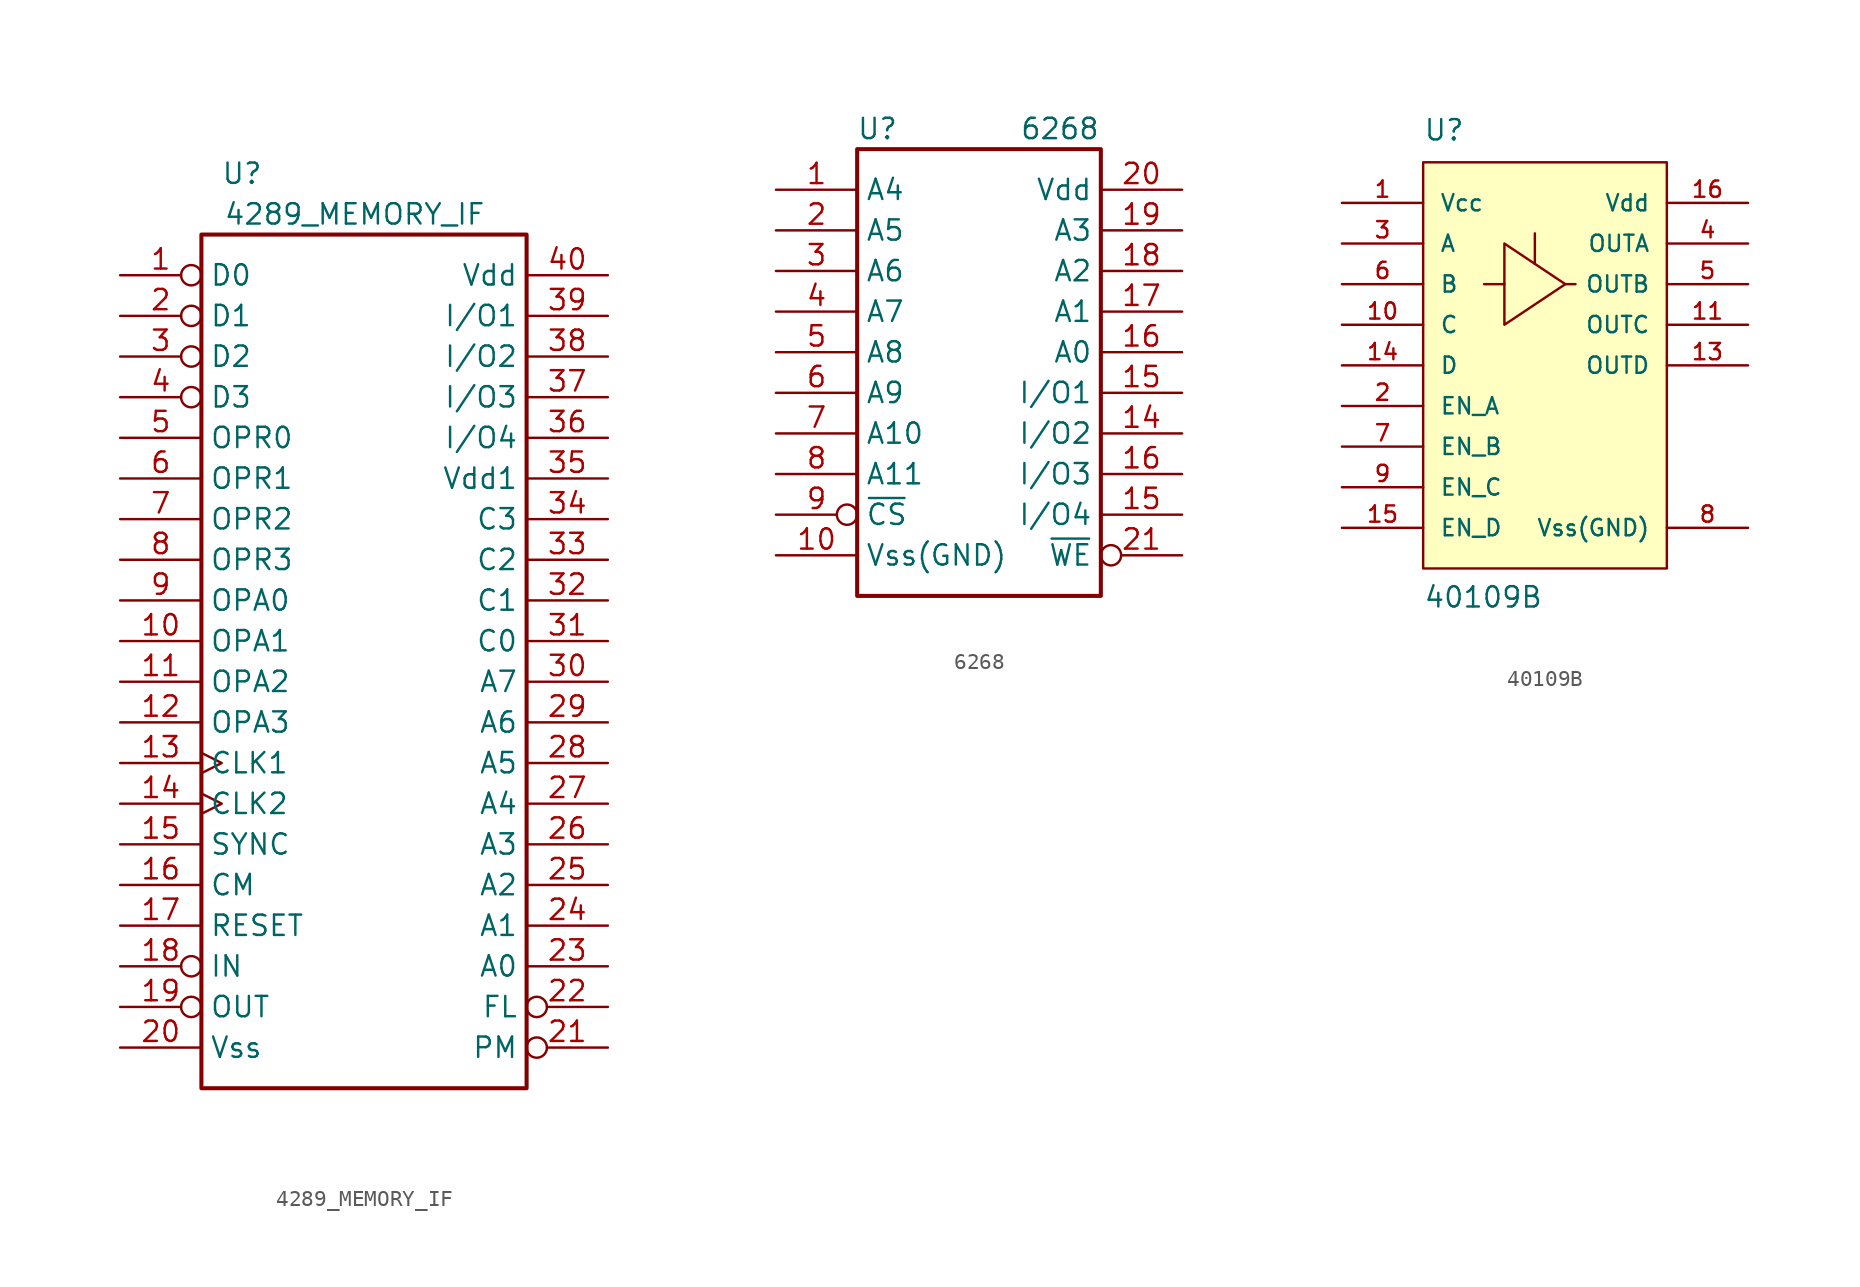
<source format=kicad_sym>
(kicad_symbol_lib
  (version 20241209)
  (generator "kicad_symbol_editor")
  (generator_version "9.0")
  (symbol "4289_MEMORY_IF"
    (property "Reference" "U"
      (at -7.62 30.48 0)
      (effects (font (size 1.27 1.27))))
    (property "Value" "4289_MEMORY_IF"
      (at 7.62 27.94 0)
      (effects (font (size 1.27 1.27)) (justify right)))
    (symbol "4289_MEMORY_IF_1_1"
      (rectangle (start -10.16 26.67) (end 10.16 -26.67) (stroke (width 0.254) (type default)) (fill (type none)))
      (pin bidirectional inverted (at -15.24 24.13 0) (length 5.08) (name "D0" (effects (font (size 1.27 1.27)))) (number "1" (effects (font (size 1.27 1.27)))))
      (pin bidirectional inverted (at -15.24 21.59 0) (length 5.08) (name "D1" (effects (font (size 1.27 1.27)))) (number "2" (effects (font (size 1.27 1.27)))))
      (pin bidirectional inverted (at -15.24 19.05 0) (length 5.08) (name "D2" (effects (font (size 1.27 1.27)))) (number "3" (effects (font (size 1.27 1.27)))))
      (pin bidirectional inverted (at -15.24 16.51 0) (length 5.08) (name "D3" (effects (font (size 1.27 1.27)))) (number "4" (effects (font (size 1.27 1.27)))))
      (pin input line (at -15.24 13.97 0) (length 5.08) (name "OPR0" (effects (font (size 1.27 1.27)))) (number "5" (effects (font (size 1.27 1.27)))))
      (pin input line (at -15.24 11.43 0) (length 5.08) (name "OPR1" (effects (font (size 1.27 1.27)))) (number "6" (effects (font (size 1.27 1.27)))))
      (pin input line (at -15.24 8.89 0) (length 5.08) (name "OPR2" (effects (font (size 1.27 1.27)))) (number "7" (effects (font (size 1.27 1.27)))))
      (pin input line (at -15.24 6.35 0) (length 5.08) (name "OPR3" (effects (font (size 1.27 1.27)))) (number "8" (effects (font (size 1.27 1.27)))))
      (pin input line (at -15.24 3.81 0) (length 5.08) (name "OPA0" (effects (font (size 1.27 1.27)))) (number "9" (effects (font (size 1.27 1.27)))))
      (pin input line (at -15.24 1.27 0) (length 5.08) (name "OPA1" (effects (font (size 1.27 1.27)))) (number "10" (effects (font (size 1.27 1.27)))))
      (pin input line (at -15.24 -1.27 0) (length 5.08) (name "OPA2" (effects (font (size 1.27 1.27)))) (number "11" (effects (font (size 1.27 1.27)))))
      (pin input line (at -15.24 -3.81 0) (length 5.08) (name "OPA3" (effects (font (size 1.27 1.27)))) (number "12" (effects (font (size 1.27 1.27)))))
      (pin input clock (at -15.24 -6.35 0) (length 5.08) (name "CLK1" (effects (font (size 1.27 1.27)))) (number "13" (effects (font (size 1.27 1.27)))))
      (pin input clock (at -15.24 -8.89 0) (length 5.08) (name "CLK2" (effects (font (size 1.27 1.27)))) (number "14" (effects (font (size 1.27 1.27)))))
      (pin input line (at -15.24 -11.43 0) (length 5.08) (name "SYNC" (effects (font (size 1.27 1.27)))) (number "15" (effects (font (size 1.27 1.27)))))
      (pin input line (at -15.24 -13.97 0) (length 5.08) (name "CM" (effects (font (size 1.27 1.27)))) (number "16" (effects (font (size 1.27 1.27)))))
      (pin input line (at -15.24 -16.51 0) (length 5.08) (name "RESET" (effects (font (size 1.27 1.27)))) (number "17" (effects (font (size 1.27 1.27)))))
      (pin output inverted (at -15.24 -19.05 0) (length 5.08) (name "IN" (effects (font (size 1.27 1.27)))) (number "18" (effects (font (size 1.27 1.27)))))
      (pin output inverted (at -15.24 -21.59 0) (length 5.08) (name "OUT" (effects (font (size 1.27 1.27)))) (number "19" (effects (font (size 1.27 1.27)))))
      (pin power_in line (at -15.24 -24.13 0) (length 5.08) (name "Vss" (effects (font (size 1.27 1.27)))) (number "20" (effects (font (size 1.27 1.27)))))
      (pin power_in line (at 15.24 24.13 180) (length 5.08) (name "Vdd" (effects (font (size 1.27 1.27)))) (number "40" (effects (font (size 1.27 1.27)))))
      (pin bidirectional line (at 15.24 21.59 180) (length 5.08) (name "I/O1" (effects (font (size 1.27 1.27)))) (number "39" (effects (font (size 1.27 1.27)))))
      (pin bidirectional line (at 15.24 19.05 180) (length 5.08) (name "I/O2" (effects (font (size 1.27 1.27)))) (number "38" (effects (font (size 1.27 1.27)))))
      (pin bidirectional line (at 15.24 16.51 180) (length 5.08) (name "I/O3" (effects (font (size 1.27 1.27)))) (number "37" (effects (font (size 1.27 1.27)))))
      (pin bidirectional line (at 15.24 13.97 180) (length 5.08) (name "I/O4" (effects (font (size 1.27 1.27)))) (number "36" (effects (font (size 1.27 1.27)))))
      (pin power_in line (at 15.24 11.43 180) (length 5.08) (name "Vdd1" (effects (font (size 1.27 1.27)))) (number "35" (effects (font (size 1.27 1.27)))))
      (pin output line (at 15.24 8.89 180) (length 5.08) (name "C3" (effects (font (size 1.27 1.27)))) (number "34" (effects (font (size 1.27 1.27)))))
      (pin output line (at 15.24 6.35 180) (length 5.08) (name "C2" (effects (font (size 1.27 1.27)))) (number "33" (effects (font (size 1.27 1.27)))))
      (pin output line (at 15.24 3.81 180) (length 5.08) (name "C1" (effects (font (size 1.27 1.27)))) (number "32" (effects (font (size 1.27 1.27)))))
      (pin output line (at 15.24 1.27 180) (length 5.08) (name "C0" (effects (font (size 1.27 1.27)))) (number "31" (effects (font (size 1.27 1.27)))))
      (pin output line (at 15.24 -1.27 180) (length 5.08) (name "A7" (effects (font (size 1.27 1.27)))) (number "30" (effects (font (size 1.27 1.27)))))
      (pin output line (at 15.24 -3.81 180) (length 5.08) (name "A6" (effects (font (size 1.27 1.27)))) (number "29" (effects (font (size 1.27 1.27)))))
      (pin output line (at 15.24 -6.35 180) (length 5.08) (name "A5" (effects (font (size 1.27 1.27)))) (number "28" (effects (font (size 1.27 1.27)))))
      (pin output line (at 15.24 -8.89 180) (length 5.08) (name "A4" (effects (font (size 1.27 1.27)))) (number "27" (effects (font (size 1.27 1.27)))))
      (pin output line (at 15.24 -11.43 180) (length 5.08) (name "A3" (effects (font (size 1.27 1.27)))) (number "26" (effects (font (size 1.27 1.27)))))
      (pin output line (at 15.24 -13.97 180) (length 5.08) (name "A2" (effects (font (size 1.27 1.27)))) (number "25" (effects (font (size 1.27 1.27)))))
      (pin output line (at 15.24 -16.51 180) (length 5.08) (name "A1" (effects (font (size 1.27 1.27)))) (number "24" (effects (font (size 1.27 1.27)))))
      (pin output line (at 15.24 -19.05 180) (length 5.08) (name "A0" (effects (font (size 1.27 1.27)))) (number "23" (effects (font (size 1.27 1.27)))))
      (pin output inverted (at 15.24 -21.59 180) (length 5.08) (name "FL" (effects (font (size 1.27 1.27)))) (number "22" (effects (font (size 1.27 1.27)))))
      (pin output inverted (at 15.24 -24.13 180) (length 5.08) (name "PM" (effects (font (size 1.27 1.27)))) (number "21" (effects (font (size 1.27 1.27)))))))
  (symbol "6268"
    (property "Reference" "U"
      (at -6.35 13.97 0)
      (effects (font (size 1.27 1.27))))
    (property "Value" "6268"
      (at 2.54 13.97 0)
      (effects (font (size 1.27 1.27)) (justify left)))
    (symbol "6268_1_1"
      (rectangle (start -7.62 12.7) (end 7.62 -15.24) (stroke (width 0.254) (type default)) (fill (type none)))
      (pin input line (at -12.7 10.16 0) (length 5.08) (name "A4" (effects (font (size 1.27 1.27)))) (number "1" (effects (font (size 1.27 1.27)))))
      (pin input line (at -12.7 7.62 0) (length 5.08) (name "A5" (effects (font (size 1.27 1.27)))) (number "2" (effects (font (size 1.27 1.27)))))
      (pin input line (at -12.7 5.08 0) (length 5.08) (name "A6" (effects (font (size 1.27 1.27)))) (number "3" (effects (font (size 1.27 1.27)))))
      (pin input line (at -12.7 2.54 0) (length 5.08) (name "A7" (effects (font (size 1.27 1.27)))) (number "4" (effects (font (size 1.27 1.27)))))
      (pin input line (at -12.7 0 0) (length 5.08) (name "A8" (effects (font (size 1.27 1.27)))) (number "5" (effects (font (size 1.27 1.27)))))
      (pin input line (at -12.7 -2.54 0) (length 5.08) (name "A9" (effects (font (size 1.27 1.27)))) (number "6" (effects (font (size 1.27 1.27)))))
      (pin input line (at -12.7 -5.08 0) (length 5.08) (name "A10" (effects (font (size 1.27 1.27)))) (number "7" (effects (font (size 1.27 1.27)))))
      (pin input line (at -12.7 -7.62 0) (length 5.08) (name "A11" (effects (font (size 1.27 1.27)))) (number "8" (effects (font (size 1.27 1.27)))))
      (pin input inverted (at -12.7 -10.16 0) (length 5.08) (name "~{CS}" (effects (font (size 1.27 1.27)))) (number "9" (effects (font (size 1.27 1.27)))))
      (pin power_in line (at -12.7 -12.7 0) (length 5.08) (name "Vss(GND)" (effects (font (size 1.27 1.27)))) (number "10" (effects (font (size 1.27 1.27)))))
      (pin power_in line (at 12.7 10.16 180) (length 5.08) (name "Vdd" (effects (font (size 1.27 1.27)))) (number "20" (effects (font (size 1.27 1.27)))))
      (pin input line (at 12.7 7.62 180) (length 5.08) (name "A3" (effects (font (size 1.27 1.27)))) (number "19" (effects (font (size 1.27 1.27)))))
      (pin input line (at 12.7 5.08 180) (length 5.08) (name "A2" (effects (font (size 1.27 1.27)))) (number "18" (effects (font (size 1.27 1.27)))))
      (pin input line (at 12.7 2.54 180) (length 5.08) (name "A1" (effects (font (size 1.27 1.27)))) (number "17" (effects (font (size 1.27 1.27)))))
      (pin input line (at 12.7 0 180) (length 5.08) (name "A0" (effects (font (size 1.27 1.27)))) (number "16" (effects (font (size 1.27 1.27)))))
      (pin tri_state line (at 12.7 -2.54 180) (length 5.08) (name "I/O1" (effects (font (size 1.27 1.27)))) (number "15" (effects (font (size 1.27 1.27)))))
      (pin tri_state line (at 12.7 -5.08 180) (length 5.08) (name "I/O2" (effects (font (size 1.27 1.27)))) (number "14" (effects (font (size 1.27 1.27)))))
      (pin tri_state line (at 12.7 -7.62 180) (length 5.08) (name "I/O3" (effects (font (size 1.27 1.27)))) (number "16" (effects (font (size 1.27 1.27)))))
      (pin tri_state line (at 12.7 -10.16 180) (length 5.08) (name "I/O4" (effects (font (size 1.27 1.27)))) (number "15" (effects (font (size 1.27 1.27)))))
      (pin input inverted (at 12.7 -12.7 180) (length 5.08) (name "~{WE}" (effects (font (size 1.27 1.27)))) (number "21" (effects (font (size 1.27 1.27)))))))
  (symbol "40109B"
    (pin_names
      (offset 1.016))
    (property "Reference" "U"
      (at -7.62 13.97 0)
      (effects (font (size 1.27 1.27)) (justify left bottom)))
    (property "Value" "40109B"
      (at -7.62 -15.24 0)
      (effects (font (size 1.27 1.27)) (justify left bottom)))
    (symbol "40109B_0_0"
      (pin input line (at -12.7 -2.54 0) (length 5.08) (name "EN_A" (effects (font (size 1.016 1.016)))) (number "2" (effects (font (size 1.016 1.016)))))
      (pin input line (at -12.7 -5.08 0) (length 5.08) (name "EN_B" (effects (font (size 1.016 1.016)))) (number "7" (effects (font (size 1.016 1.016)))))
      (pin input line (at -12.7 -7.62 0) (length 5.08) (name "EN_C" (effects (font (size 1.016 1.016)))) (number "9" (effects (font (size 1.016 1.016)))))
      (pin input line (at -12.7 -10.16 0) (length 5.08) (name "EN_D" (effects (font (size 1.016 1.016)))) (number "15" (effects (font (size 1.016 1.016))))))
    (symbol "40109B_0_1"
      (polyline (pts (xy -2.54 7.62) (xy -2.54 2.54) (xy 1.27 5.08) (xy -2.54 7.62)) (stroke (width 0) (type default)) (fill (type none)))
      (polyline (pts (xy -2.54 5.08) (xy -3.81 5.08)) (stroke (width 0) (type default)) (fill (type none)))
      (polyline (pts (xy -0.635 6.35) (xy -0.635 8.255)) (stroke (width 0) (type default)) (fill (type none)))
      (polyline (pts (xy 1.27 5.08) (xy 1.905 5.08)) (stroke (width 0) (type default)) (fill (type none))))
    (symbol "40109B_1_0"
      (rectangle (start -7.62 12.7) (end 7.62 -12.7) (stroke (width 0) (type default)) (fill (type background)))
      (pin power_in line (at -12.7 10.16 0) (length 5.08) (name "Vcc" (effects (font (size 1.016 1.016)))) (number "1" (effects (font (size 1.016 1.016)))))
      (pin input line (at -12.7 7.62 0) (length 5.08) (name "A" (effects (font (size 1.016 1.016)))) (number "3" (effects (font (size 1.016 1.016)))))
      (pin input line (at -12.7 5.08 0) (length 5.08) (name "B" (effects (font (size 1.016 1.016)))) (number "6" (effects (font (size 1.016 1.016)))))
      (pin input line (at -12.7 2.54 0) (length 5.08) (name "C" (effects (font (size 1.016 1.016)))) (number "10" (effects (font (size 1.016 1.016)))))
      (pin input line (at -12.7 0 0) (length 5.08) (name "D" (effects (font (size 1.016 1.016)))) (number "14" (effects (font (size 1.016 1.016)))))
      (pin power_in line (at 12.7 10.16 180) (length 5.08) (name "Vdd" (effects (font (size 1.016 1.016)))) (number "16" (effects (font (size 1.016 1.016)))))
      (pin output line (at 12.7 7.62 180) (length 5.08) (name "OUTA" (effects (font (size 1.016 1.016)))) (number "4" (effects (font (size 1.016 1.016)))))
      (pin output line (at 12.7 5.08 180) (length 5.08) (name "OUTB" (effects (font (size 1.016 1.016)))) (number "5" (effects (font (size 1.016 1.016)))))
      (pin output line (at 12.7 2.54 180) (length 5.08) (name "OUTC" (effects (font (size 1.016 1.016)))) (number "11" (effects (font (size 1.016 1.016)))))
      (pin output line (at 12.7 0 180) (length 5.08) (name "OUTD" (effects (font (size 1.016 1.016)))) (number "13" (effects (font (size 1.016 1.016)))))
      (pin no_connect line (at 12.7 -6.35 180) (length 5.08) (hide yes) (name "NC" (effects (font (size 1.016 1.016)))) (number "12" (effects (font (size 1.016 1.016)))))
      (pin power_in line (at 12.7 -10.16 180) (length 5.08) (name "Vss(GND)" (effects (font (size 1.016 1.016)))) (number "8" (effects (font (size 1.016 1.016))))))))
</source>
